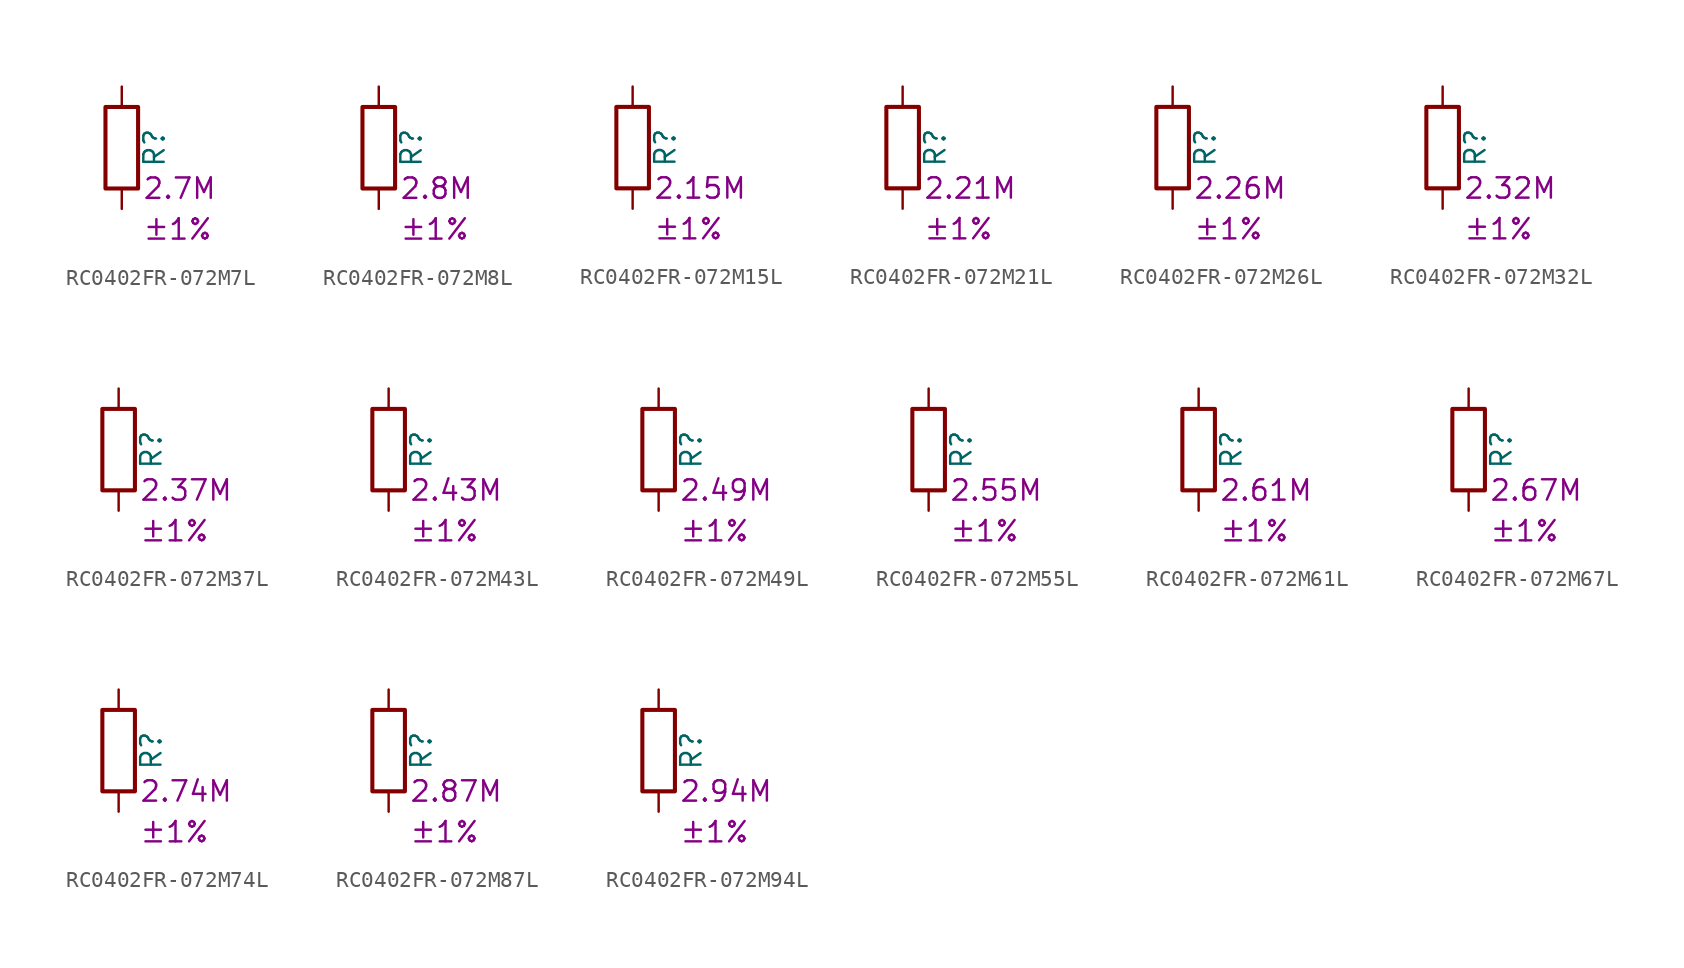
<source format=kicad_sym>
(kicad_symbol_lib
  (version 20220914)
  (generator kicad_symbol_editor)
  (symbol "RC0402FR-072M7L"
    (pin_numbers hide)
    (pin_names
      (offset 0))
    (property "Reference" "R"
      (at 2.032 0 90)
      (effects (font (size 1.27 1.27))))
    (property "Resistance" "2.7M"
      (at 1.27 -2.54 0)
      (effects (font (size 1.27 1.27)) (justify left)))
    (property "Tolerance" "±1%"
      (at 1.27 -5.08 0)
      (effects (font (size 1.27 1.27)) (justify left)))
    (symbol "RC0402FR-072M7L_0_1"
      (rectangle (start -1.016 -2.54) (end 1.016 2.54) (stroke (width 0.254) (type default)) (fill (type none))))
    (symbol "RC0402FR-072M7L_1_1"
      (pin passive line (at 0 3.81 270) (length 1.27) (name "~" (effects (font (size 1.27 1.27)))) (number "1" (effects (font (size 1.27 1.27)))))
      (pin passive line (at 0 -3.81 90) (length 1.27) (name "~" (effects (font (size 1.27 1.27)))) (number "2" (effects (font (size 1.27 1.27)))))))
  (symbol "RC0402FR-072M8L"
    (pin_numbers hide)
    (pin_names
      (offset 0))
    (property "Reference" "R"
      (at 2.032 0 90)
      (effects (font (size 1.27 1.27))))
    (property "Resistance" "2.8M"
      (at 1.27 -2.54 0)
      (effects (font (size 1.27 1.27)) (justify left)))
    (property "Tolerance" "±1%"
      (at 1.27 -5.08 0)
      (effects (font (size 1.27 1.27)) (justify left)))
    (symbol "RC0402FR-072M8L_0_1"
      (rectangle (start -1.016 -2.54) (end 1.016 2.54) (stroke (width 0.254) (type default)) (fill (type none))))
    (symbol "RC0402FR-072M8L_1_1"
      (pin passive line (at 0 3.81 270) (length 1.27) (name "~" (effects (font (size 1.27 1.27)))) (number "1" (effects (font (size 1.27 1.27)))))
      (pin passive line (at 0 -3.81 90) (length 1.27) (name "~" (effects (font (size 1.27 1.27)))) (number "2" (effects (font (size 1.27 1.27)))))))
  (symbol "RC0402FR-072M15L"
    (pin_numbers hide)
    (pin_names
      (offset 0))
    (property "Reference" "R"
      (at 2.032 0 90)
      (effects (font (size 1.27 1.27))))
    (property "Resistance" "2.15M"
      (at 1.27 -2.54 0)
      (effects (font (size 1.27 1.27)) (justify left)))
    (property "Tolerance" "±1%"
      (at 1.27 -5.08 0)
      (effects (font (size 1.27 1.27)) (justify left)))
    (symbol "RC0402FR-072M15L_0_1"
      (rectangle (start -1.016 -2.54) (end 1.016 2.54) (stroke (width 0.254) (type default)) (fill (type none))))
    (symbol "RC0402FR-072M15L_1_1"
      (pin passive line (at 0 3.81 270) (length 1.27) (name "~" (effects (font (size 1.27 1.27)))) (number "1" (effects (font (size 1.27 1.27)))))
      (pin passive line (at 0 -3.81 90) (length 1.27) (name "~" (effects (font (size 1.27 1.27)))) (number "2" (effects (font (size 1.27 1.27)))))))
  (symbol "RC0402FR-072M21L"
    (pin_numbers hide)
    (pin_names
      (offset 0))
    (property "Reference" "R"
      (at 2.032 0 90)
      (effects (font (size 1.27 1.27))))
    (property "Resistance" "2.21M"
      (at 1.27 -2.54 0)
      (effects (font (size 1.27 1.27)) (justify left)))
    (property "Tolerance" "±1%"
      (at 1.27 -5.08 0)
      (effects (font (size 1.27 1.27)) (justify left)))
    (symbol "RC0402FR-072M21L_0_1"
      (rectangle (start -1.016 -2.54) (end 1.016 2.54) (stroke (width 0.254) (type default)) (fill (type none))))
    (symbol "RC0402FR-072M21L_1_1"
      (pin passive line (at 0 3.81 270) (length 1.27) (name "~" (effects (font (size 1.27 1.27)))) (number "1" (effects (font (size 1.27 1.27)))))
      (pin passive line (at 0 -3.81 90) (length 1.27) (name "~" (effects (font (size 1.27 1.27)))) (number "2" (effects (font (size 1.27 1.27)))))))
  (symbol "RC0402FR-072M26L"
    (pin_numbers hide)
    (pin_names
      (offset 0))
    (property "Reference" "R"
      (at 2.032 0 90)
      (effects (font (size 1.27 1.27))))
    (property "Resistance" "2.26M"
      (at 1.27 -2.54 0)
      (effects (font (size 1.27 1.27)) (justify left)))
    (property "Tolerance" "±1%"
      (at 1.27 -5.08 0)
      (effects (font (size 1.27 1.27)) (justify left)))
    (symbol "RC0402FR-072M26L_0_1"
      (rectangle (start -1.016 -2.54) (end 1.016 2.54) (stroke (width 0.254) (type default)) (fill (type none))))
    (symbol "RC0402FR-072M26L_1_1"
      (pin passive line (at 0 3.81 270) (length 1.27) (name "~" (effects (font (size 1.27 1.27)))) (number "1" (effects (font (size 1.27 1.27)))))
      (pin passive line (at 0 -3.81 90) (length 1.27) (name "~" (effects (font (size 1.27 1.27)))) (number "2" (effects (font (size 1.27 1.27)))))))
  (symbol "RC0402FR-072M32L"
    (pin_numbers hide)
    (pin_names
      (offset 0))
    (property "Reference" "R"
      (at 2.032 0 90)
      (effects (font (size 1.27 1.27))))
    (property "Resistance" "2.32M"
      (at 1.27 -2.54 0)
      (effects (font (size 1.27 1.27)) (justify left)))
    (property "Tolerance" "±1%"
      (at 1.27 -5.08 0)
      (effects (font (size 1.27 1.27)) (justify left)))
    (symbol "RC0402FR-072M32L_0_1"
      (rectangle (start -1.016 -2.54) (end 1.016 2.54) (stroke (width 0.254) (type default)) (fill (type none))))
    (symbol "RC0402FR-072M32L_1_1"
      (pin passive line (at 0 3.81 270) (length 1.27) (name "~" (effects (font (size 1.27 1.27)))) (number "1" (effects (font (size 1.27 1.27)))))
      (pin passive line (at 0 -3.81 90) (length 1.27) (name "~" (effects (font (size 1.27 1.27)))) (number "2" (effects (font (size 1.27 1.27)))))))
  (symbol "RC0402FR-072M37L"
    (pin_numbers hide)
    (pin_names
      (offset 0))
    (property "Reference" "R"
      (at 2.032 0 90)
      (effects (font (size 1.27 1.27))))
    (property "Resistance" "2.37M"
      (at 1.27 -2.54 0)
      (effects (font (size 1.27 1.27)) (justify left)))
    (property "Tolerance" "±1%"
      (at 1.27 -5.08 0)
      (effects (font (size 1.27 1.27)) (justify left)))
    (symbol "RC0402FR-072M37L_0_1"
      (rectangle (start -1.016 -2.54) (end 1.016 2.54) (stroke (width 0.254) (type default)) (fill (type none))))
    (symbol "RC0402FR-072M37L_1_1"
      (pin passive line (at 0 3.81 270) (length 1.27) (name "~" (effects (font (size 1.27 1.27)))) (number "1" (effects (font (size 1.27 1.27)))))
      (pin passive line (at 0 -3.81 90) (length 1.27) (name "~" (effects (font (size 1.27 1.27)))) (number "2" (effects (font (size 1.27 1.27)))))))
  (symbol "RC0402FR-072M43L"
    (pin_numbers hide)
    (pin_names
      (offset 0))
    (property "Reference" "R"
      (at 2.032 0 90)
      (effects (font (size 1.27 1.27))))
    (property "Resistance" "2.43M"
      (at 1.27 -2.54 0)
      (effects (font (size 1.27 1.27)) (justify left)))
    (property "Tolerance" "±1%"
      (at 1.27 -5.08 0)
      (effects (font (size 1.27 1.27)) (justify left)))
    (symbol "RC0402FR-072M43L_0_1"
      (rectangle (start -1.016 -2.54) (end 1.016 2.54) (stroke (width 0.254) (type default)) (fill (type none))))
    (symbol "RC0402FR-072M43L_1_1"
      (pin passive line (at 0 3.81 270) (length 1.27) (name "~" (effects (font (size 1.27 1.27)))) (number "1" (effects (font (size 1.27 1.27)))))
      (pin passive line (at 0 -3.81 90) (length 1.27) (name "~" (effects (font (size 1.27 1.27)))) (number "2" (effects (font (size 1.27 1.27)))))))
  (symbol "RC0402FR-072M49L"
    (pin_numbers hide)
    (pin_names
      (offset 0))
    (property "Reference" "R"
      (at 2.032 0 90)
      (effects (font (size 1.27 1.27))))
    (property "Resistance" "2.49M"
      (at 1.27 -2.54 0)
      (effects (font (size 1.27 1.27)) (justify left)))
    (property "Tolerance" "±1%"
      (at 1.27 -5.08 0)
      (effects (font (size 1.27 1.27)) (justify left)))
    (symbol "RC0402FR-072M49L_0_1"
      (rectangle (start -1.016 -2.54) (end 1.016 2.54) (stroke (width 0.254) (type default)) (fill (type none))))
    (symbol "RC0402FR-072M49L_1_1"
      (pin passive line (at 0 3.81 270) (length 1.27) (name "~" (effects (font (size 1.27 1.27)))) (number "1" (effects (font (size 1.27 1.27)))))
      (pin passive line (at 0 -3.81 90) (length 1.27) (name "~" (effects (font (size 1.27 1.27)))) (number "2" (effects (font (size 1.27 1.27)))))))
  (symbol "RC0402FR-072M55L"
    (pin_numbers hide)
    (pin_names
      (offset 0))
    (property "Reference" "R"
      (at 2.032 0 90)
      (effects (font (size 1.27 1.27))))
    (property "Resistance" "2.55M"
      (at 1.27 -2.54 0)
      (effects (font (size 1.27 1.27)) (justify left)))
    (property "Tolerance" "±1%"
      (at 1.27 -5.08 0)
      (effects (font (size 1.27 1.27)) (justify left)))
    (symbol "RC0402FR-072M55L_0_1"
      (rectangle (start -1.016 -2.54) (end 1.016 2.54) (stroke (width 0.254) (type default)) (fill (type none))))
    (symbol "RC0402FR-072M55L_1_1"
      (pin passive line (at 0 3.81 270) (length 1.27) (name "~" (effects (font (size 1.27 1.27)))) (number "1" (effects (font (size 1.27 1.27)))))
      (pin passive line (at 0 -3.81 90) (length 1.27) (name "~" (effects (font (size 1.27 1.27)))) (number "2" (effects (font (size 1.27 1.27)))))))
  (symbol "RC0402FR-072M61L"
    (pin_numbers hide)
    (pin_names
      (offset 0))
    (property "Reference" "R"
      (at 2.032 0 90)
      (effects (font (size 1.27 1.27))))
    (property "Resistance" "2.61M"
      (at 1.27 -2.54 0)
      (effects (font (size 1.27 1.27)) (justify left)))
    (property "Tolerance" "±1%"
      (at 1.27 -5.08 0)
      (effects (font (size 1.27 1.27)) (justify left)))
    (symbol "RC0402FR-072M61L_0_1"
      (rectangle (start -1.016 -2.54) (end 1.016 2.54) (stroke (width 0.254) (type default)) (fill (type none))))
    (symbol "RC0402FR-072M61L_1_1"
      (pin passive line (at 0 3.81 270) (length 1.27) (name "~" (effects (font (size 1.27 1.27)))) (number "1" (effects (font (size 1.27 1.27)))))
      (pin passive line (at 0 -3.81 90) (length 1.27) (name "~" (effects (font (size 1.27 1.27)))) (number "2" (effects (font (size 1.27 1.27)))))))
  (symbol "RC0402FR-072M67L"
    (pin_numbers hide)
    (pin_names
      (offset 0))
    (property "Reference" "R"
      (at 2.032 0 90)
      (effects (font (size 1.27 1.27))))
    (property "Resistance" "2.67M"
      (at 1.27 -2.54 0)
      (effects (font (size 1.27 1.27)) (justify left)))
    (property "Tolerance" "±1%"
      (at 1.27 -5.08 0)
      (effects (font (size 1.27 1.27)) (justify left)))
    (symbol "RC0402FR-072M67L_0_1"
      (rectangle (start -1.016 -2.54) (end 1.016 2.54) (stroke (width 0.254) (type default)) (fill (type none))))
    (symbol "RC0402FR-072M67L_1_1"
      (pin passive line (at 0 3.81 270) (length 1.27) (name "~" (effects (font (size 1.27 1.27)))) (number "1" (effects (font (size 1.27 1.27)))))
      (pin passive line (at 0 -3.81 90) (length 1.27) (name "~" (effects (font (size 1.27 1.27)))) (number "2" (effects (font (size 1.27 1.27)))))))
  (symbol "RC0402FR-072M74L"
    (pin_numbers hide)
    (pin_names
      (offset 0))
    (property "Reference" "R"
      (at 2.032 0 90)
      (effects (font (size 1.27 1.27))))
    (property "Resistance" "2.74M"
      (at 1.27 -2.54 0)
      (effects (font (size 1.27 1.27)) (justify left)))
    (property "Tolerance" "±1%"
      (at 1.27 -5.08 0)
      (effects (font (size 1.27 1.27)) (justify left)))
    (symbol "RC0402FR-072M74L_0_1"
      (rectangle (start -1.016 -2.54) (end 1.016 2.54) (stroke (width 0.254) (type default)) (fill (type none))))
    (symbol "RC0402FR-072M74L_1_1"
      (pin passive line (at 0 3.81 270) (length 1.27) (name "~" (effects (font (size 1.27 1.27)))) (number "1" (effects (font (size 1.27 1.27)))))
      (pin passive line (at 0 -3.81 90) (length 1.27) (name "~" (effects (font (size 1.27 1.27)))) (number "2" (effects (font (size 1.27 1.27)))))))
  (symbol "RC0402FR-072M87L"
    (pin_numbers hide)
    (pin_names
      (offset 0))
    (property "Reference" "R"
      (at 2.032 0 90)
      (effects (font (size 1.27 1.27))))
    (property "Resistance" "2.87M"
      (at 1.27 -2.54 0)
      (effects (font (size 1.27 1.27)) (justify left)))
    (property "Tolerance" "±1%"
      (at 1.27 -5.08 0)
      (effects (font (size 1.27 1.27)) (justify left)))
    (symbol "RC0402FR-072M87L_0_1"
      (rectangle (start -1.016 -2.54) (end 1.016 2.54) (stroke (width 0.254) (type default)) (fill (type none))))
    (symbol "RC0402FR-072M87L_1_1"
      (pin passive line (at 0 3.81 270) (length 1.27) (name "~" (effects (font (size 1.27 1.27)))) (number "1" (effects (font (size 1.27 1.27)))))
      (pin passive line (at 0 -3.81 90) (length 1.27) (name "~" (effects (font (size 1.27 1.27)))) (number "2" (effects (font (size 1.27 1.27)))))))
  (symbol "RC0402FR-072M94L"
    (pin_numbers hide)
    (pin_names
      (offset 0))
    (property "Reference" "R"
      (at 2.032 0 90)
      (effects (font (size 1.27 1.27))))
    (property "Resistance" "2.94M"
      (at 1.27 -2.54 0)
      (effects (font (size 1.27 1.27)) (justify left)))
    (property "Tolerance" "±1%"
      (at 1.27 -5.08 0)
      (effects (font (size 1.27 1.27)) (justify left)))
    (symbol "RC0402FR-072M94L_0_1"
      (rectangle (start -1.016 -2.54) (end 1.016 2.54) (stroke (width 0.254) (type default)) (fill (type none))))
    (symbol "RC0402FR-072M94L_1_1"
      (pin passive line (at 0 3.81 270) (length 1.27) (name "~" (effects (font (size 1.27 1.27)))) (number "1" (effects (font (size 1.27 1.27)))))
      (pin passive line (at 0 -3.81 90) (length 1.27) (name "~" (effects (font (size 1.27 1.27)))) (number "2" (effects (font (size 1.27 1.27))))))))
</source>
